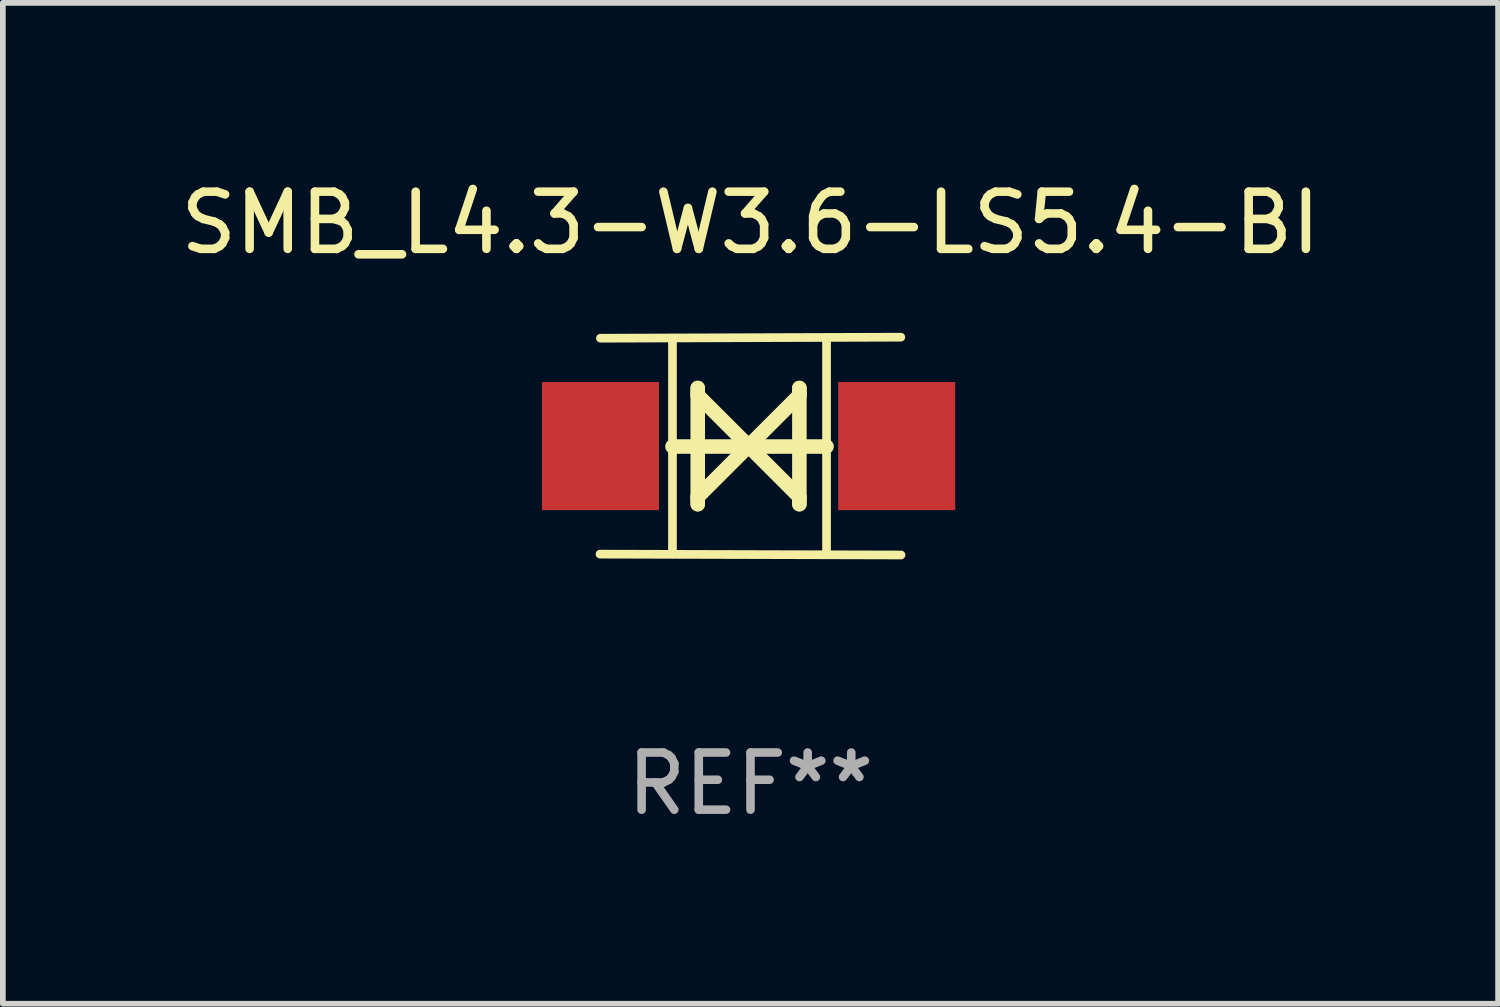
<source format=kicad_pcb>
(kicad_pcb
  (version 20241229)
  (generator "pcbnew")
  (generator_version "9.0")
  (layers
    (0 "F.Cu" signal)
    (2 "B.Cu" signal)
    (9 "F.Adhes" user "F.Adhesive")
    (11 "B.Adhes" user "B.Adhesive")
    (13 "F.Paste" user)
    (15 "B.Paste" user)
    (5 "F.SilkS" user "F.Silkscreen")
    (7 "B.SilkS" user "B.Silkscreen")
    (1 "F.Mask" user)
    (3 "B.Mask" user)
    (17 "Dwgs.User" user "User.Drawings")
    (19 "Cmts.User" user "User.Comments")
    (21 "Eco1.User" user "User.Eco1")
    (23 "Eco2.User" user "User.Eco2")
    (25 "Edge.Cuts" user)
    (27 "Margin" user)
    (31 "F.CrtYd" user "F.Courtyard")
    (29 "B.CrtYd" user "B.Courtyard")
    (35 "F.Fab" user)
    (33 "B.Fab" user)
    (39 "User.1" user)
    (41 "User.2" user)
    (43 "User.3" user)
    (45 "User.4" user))
  (footprint "SMB_L4.3-W3.6-LS5.4-BI"
    (layer "F.Cu")
    (at 10.044 4.753)
    (property "Reference" "SMB_L4.3-W3.6-LS5.4-BI" (at 0.034 -3.905 0) (layer "F.SilkS") (effects (font (size 1 1) (thickness 0.15))))
    (attr through_hole)
    (fp_line (start -1.331 1.886) (end -1.331 -1.886) (stroke (width 0.152) (type solid)) (layer "F.SilkS"))
    (fp_line (start -1.331 0.008) (end 1.364 0.008) (stroke (width 0.254) (type solid)) (layer "F.SilkS"))
    (fp_line (start -0.889 -1.016) (end -0.889 1.016) (stroke (width 0.254) (type solid)) (layer "F.SilkS"))
    (fp_line (start -0.889 -0.889) (end -0.889 -1.016) (stroke (width 0.254) (type solid)) (layer "F.SilkS"))
    (fp_line (start -0.889 0.889) (end 0 0) (stroke (width 0.254) (type solid)) (layer "F.SilkS"))
    (fp_line (start -0.889 1.016) (end -0.889 0.889) (stroke (width 0.254) (type solid)) (layer "F.SilkS"))
    (fp_line (start 0 0) (end -0.889 -0.889) (stroke (width 0.254) (type solid)) (layer "F.SilkS"))
    (fp_line (start 0 0) (end 0.889 0.889) (stroke (width 0.254) (type solid)) (layer "F.SilkS"))
    (fp_line (start 0.889 -1.016) (end 0.889 -0.889) (stroke (width 0.254) (type solid)) (layer "F.SilkS"))
    (fp_line (start 0.889 -0.889) (end 0 0) (stroke (width 0.254) (type solid)) (layer "F.SilkS"))
    (fp_line (start 0.889 0.889) (end 0.889 1.016) (stroke (width 0.254) (type solid)) (layer "F.SilkS"))
    (fp_line (start 0.889 1.016) (end 0.889 -1.016) (stroke (width 0.254) (type solid)) (layer "F.SilkS"))
    (fp_line (start 1.364 1.886) (end 1.364 -1.886) (stroke (width 0.152) (type solid)) (layer "F.SilkS"))
    (fp_line (start 2.663 -1.905) (end -2.591 -1.887) (stroke (width 0.152) (type solid)) (layer "F.SilkS"))
    (fp_line (start 2.667 1.905) (end -2.599 1.89) (stroke (width 0.152) (type solid)) (layer "F.SilkS"))
    (fp_text user "REF**" (at 0.034 5.905 0) (layer "F.Fab") (effects (font (size 1 1) (thickness 0.15))))
    (pad "1" smd rect (at -2.591 0) (size 2.047 2.241) (layers "F.Cu" "F.Mask" "F.Paste"))
    (pad "2" smd rect (at 2.591 0) (size 2.047 2.241) (layers "F.Cu" "F.Mask" "F.Paste")))
  (gr_rect
    (start -3 -3)
    (end 23.155 14.507)
    (stroke (width 0.1) (type default))
    (fill no)
    (layer "Edge.Cuts")))
</source>
